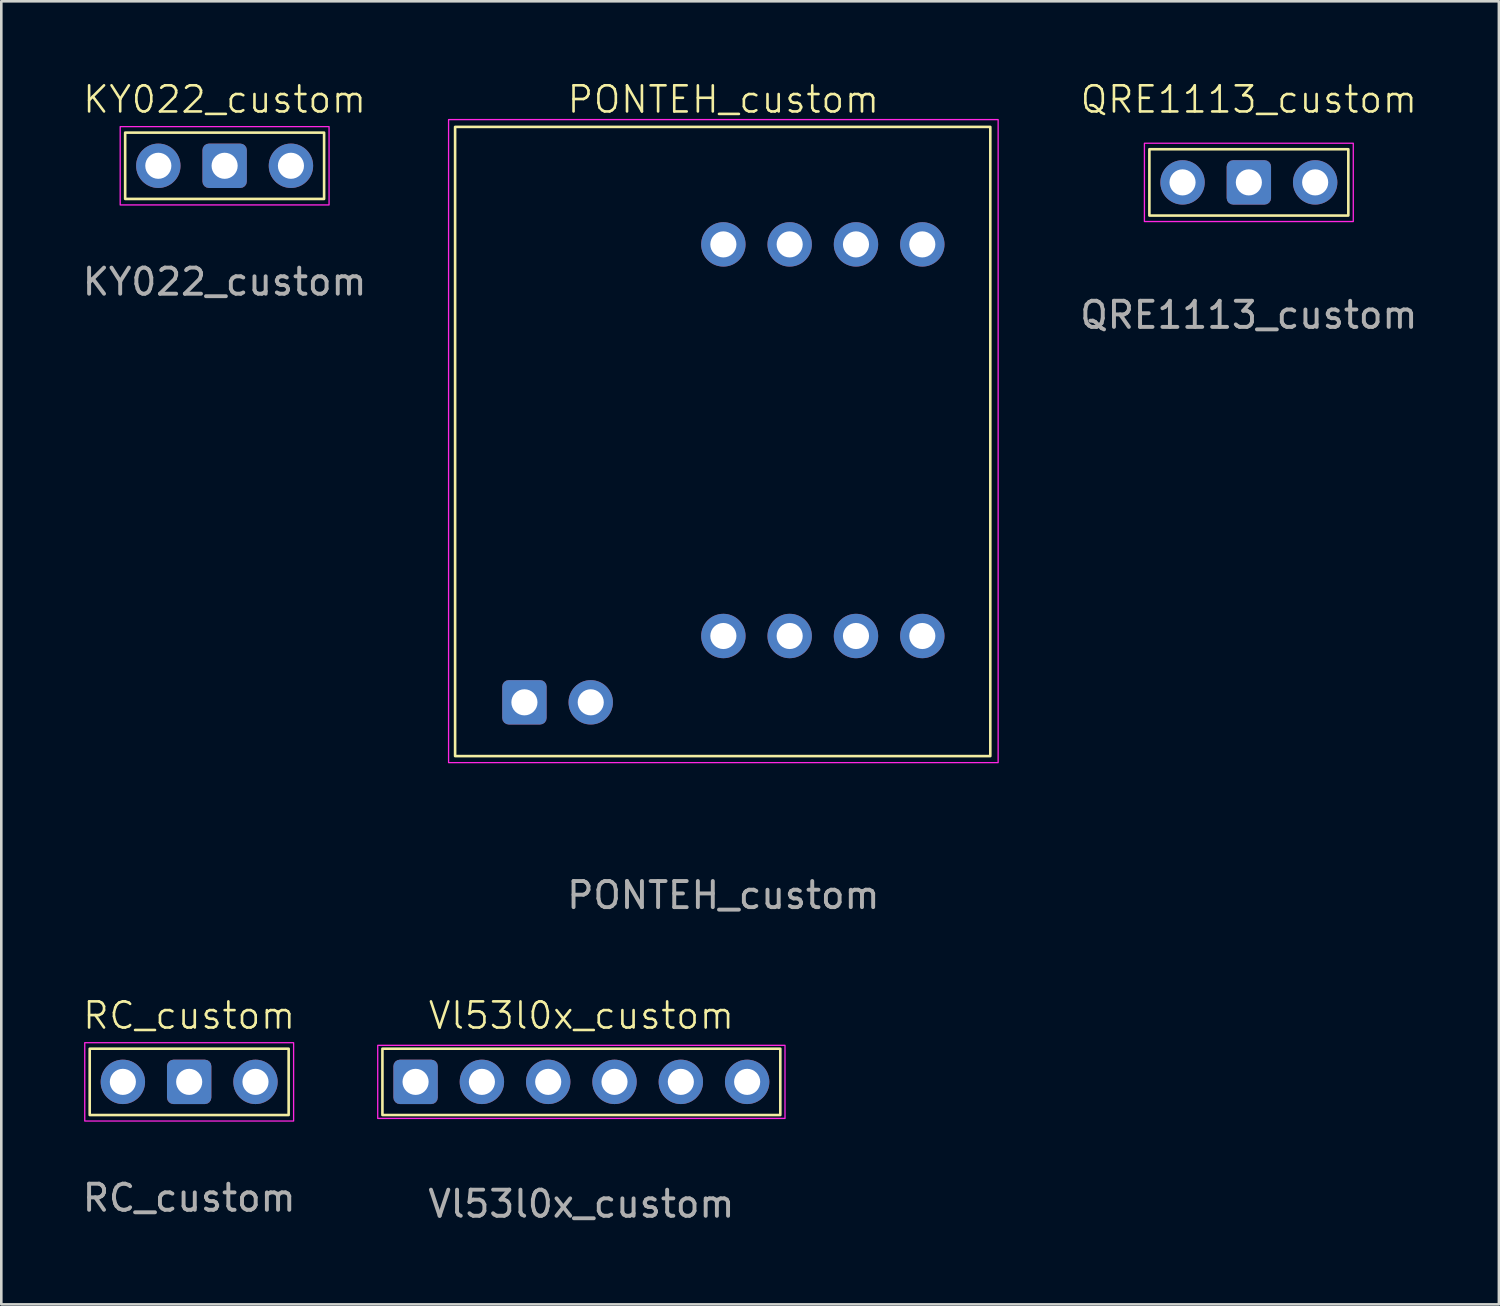
<source format=kicad_pcb>
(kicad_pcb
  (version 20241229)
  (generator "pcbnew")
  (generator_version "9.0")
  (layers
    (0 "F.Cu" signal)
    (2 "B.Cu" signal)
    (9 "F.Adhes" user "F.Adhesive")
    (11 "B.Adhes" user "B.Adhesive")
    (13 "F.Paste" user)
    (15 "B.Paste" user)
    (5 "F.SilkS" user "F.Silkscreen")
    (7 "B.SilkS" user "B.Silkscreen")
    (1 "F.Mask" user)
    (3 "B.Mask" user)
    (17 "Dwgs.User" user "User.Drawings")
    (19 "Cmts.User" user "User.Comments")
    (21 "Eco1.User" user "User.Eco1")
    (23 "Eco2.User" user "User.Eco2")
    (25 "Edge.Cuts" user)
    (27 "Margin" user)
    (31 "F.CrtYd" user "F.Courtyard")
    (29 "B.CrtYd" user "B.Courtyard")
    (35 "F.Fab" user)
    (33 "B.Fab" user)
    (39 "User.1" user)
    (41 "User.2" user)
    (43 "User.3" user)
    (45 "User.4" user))
  (footprint "KY022_custom"
    (layer "F.Cu")
    (at 5.554 3.3)
    (property "Reference" "KY022_custom" (at 0 -2.54 0) (unlocked yes) (layer "F.SilkS") (effects (font (size 1 1) (thickness 0.1))))
    (attr through_hole)
    (fp_rect (start -3.81 -1.27) (end 3.81 1.27) (stroke (width 0.1) (type default)) (fill no) (layer "F.SilkS"))
    (fp_rect (start -4 -1.5) (end 4 1.5) (stroke (width 0.05) (type default)) (fill no) (layer "F.CrtYd"))
    (fp_text user "${REFERENCE}" (at 0 4.445 0) (unlocked yes) (layer "F.Fab") (effects (font (size 1 1) (thickness 0.15))))
    (pad "1" thru_hole roundrect (at 0 0 90) (size 1.7 1.7) (drill 1) (layers "*.Cu" "*.Mask") (roundrect_rratio 0.147))
    (pad "2" thru_hole oval (at -2.54 0 90) (size 1.7 1.7) (drill 1) (layers "*.Cu" "*.Mask"))
    (pad "3" thru_hole oval (at 2.54 0 90) (size 1.7 1.7) (drill 1) (layers "*.Cu" "*.Mask")))
  (footprint "RC_custom"
    (layer "F.Cu")
    (at 4.196 38.389)
    (property "Reference" "RC_custom" (at 0 -2.54 0) (unlocked yes) (layer "F.SilkS") (effects (font (size 1 1) (thickness 0.1))))
    (attr through_hole)
    (fp_rect (start -3.81 -1.27) (end 3.81 1.27) (stroke (width 0.1) (type default)) (fill no) (layer "F.SilkS"))
    (fp_rect (start -4 -1.5) (end 4 1.5) (stroke (width 0.05) (type default)) (fill no) (layer "F.CrtYd"))
    (fp_text user "${REFERENCE}" (at 0 4.445 0) (unlocked yes) (layer "F.Fab") (effects (font (size 1 1) (thickness 0.15))))
    (pad "1" thru_hole roundrect (at 0 0 90) (size 1.7 1.7) (drill 1) (layers "*.Cu" "*.Mask") (roundrect_rratio 0.147))
    (pad "2" thru_hole oval (at -2.54 0 90) (size 1.7 1.7) (drill 1) (layers "*.Cu" "*.Mask"))
    (pad "3" thru_hole oval (at 2.54 0 90) (size 1.7 1.7) (drill 1) (layers "*.Cu" "*.Mask")))
  (footprint "QRE1113_custom"
    (layer "F.Cu")
    (at 44.785 3.936)
    (property "Reference" "QRE1113_custom" (at 0 -3.175 0) (unlocked yes) (layer "F.SilkS") (effects (font (size 1 1) (thickness 0.1))))
    (attr through_hole)
    (fp_rect (start -3.81 -1.27) (end 3.81 1.27) (stroke (width 0.1) (type default)) (fill no) (layer "F.SilkS"))
    (fp_rect (start -4 -1.5) (end 4 1.5) (stroke (width 0.05) (type default)) (fill no) (layer "F.CrtYd"))
    (fp_text user "${REFERENCE}" (at 0 5.08 0) (unlocked yes) (layer "F.Fab") (effects (font (size 1 1) (thickness 0.15))))
    (pad "1" thru_hole roundrect (at 0 0 90) (size 1.7 1.7) (drill 1) (layers "*.Cu" "*.Mask") (roundrect_rratio 0.147))
    (pad "2" thru_hole oval (at -2.54 0 90) (size 1.7 1.7) (drill 1) (layers "*.Cu" "*.Mask"))
    (pad "3" thru_hole oval (at 2.54 0 90) (size 1.7 1.7) (drill 1) (layers "*.Cu" "*.Mask")))
  (footprint "Vl53l0x_custom"
    (layer "F.Cu")
    (at 19.218 38.389)
    (property "Reference" "Vl53l0x_custom" (at 0 -2.54 0) (unlocked yes) (layer "F.SilkS") (effects (font (size 1 1) (thickness 0.1))))
    (attr through_hole)
    (fp_rect (start -7.62 -1.27) (end 7.62 1.27) (stroke (width 0.1) (type default)) (fill no) (layer "F.SilkS"))
    (fp_rect (start -7.8 -1.4) (end 7.8 1.4) (stroke (width 0.05) (type default)) (fill no) (layer "F.CrtYd"))
    (fp_text user "${REFERENCE}" (at 0 4.674 0) (unlocked yes) (layer "F.Fab") (effects (font (size 1 1) (thickness 0.15))))
    (pad "1" thru_hole roundrect (at -6.35 0 90) (size 1.7 1.7) (drill 1) (layers "*.Cu" "*.Mask") (roundrect_rratio 0.147))
    (pad "2" thru_hole oval (at -3.81 0 90) (size 1.7 1.7) (drill 1) (layers "*.Cu" "*.Mask"))
    (pad "3" thru_hole oval (at -1.27 0 90) (size 1.7 1.7) (drill 1) (layers "*.Cu" "*.Mask"))
    (pad "4" thru_hole oval (at 1.27 0 90) (size 1.7 1.7) (drill 1) (layers "*.Cu" "*.Mask"))
    (pad "5" thru_hole oval (at 3.81 0 90) (size 1.7 1.7) (drill 1) (layers "*.Cu" "*.Mask"))
    (pad "6" thru_hole oval (at 6.35 0 90) (size 1.7 1.7) (drill 1) (layers "*.Cu" "*.Mask")))
  (footprint "PONTEH_custom"
    (layer "F.Cu")
    (at 14.497 6.311)
    (property "Reference" "PONTEH_custom" (at 10.16 -5.55 0) (unlocked yes) (layer "F.SilkS") (effects (font (size 1 1) (thickness 0.1))))
    (attr through_hole)
    (fp_rect (start -0.115 -4.5) (end 20.385 19.6) (stroke (width 0.1) (type solid)) (fill no) (layer "F.SilkS"))
    (fp_rect (start -0.365 -4.78) (end 20.685 19.85) (stroke (width 0.05) (type default)) (fill no) (layer "F.CrtYd"))
    (fp_text user "${REFERENCE}" (at 10.16 24.93 0) (unlocked yes) (layer "F.Fab") (effects (font (size 1 1) (thickness 0.15))))
    (pad "1" thru_hole roundrect (at 2.54 17.54 90) (size 1.7 1.7) (drill 1) (layers "*.Cu" "*.Mask") (roundrect_rratio 0.147))
    (pad "2" thru_hole oval (at 5.08 17.54 90) (size 1.7 1.7) (drill 1) (layers "*.Cu" "*.Mask"))
    (pad "3" thru_hole oval (at 10.16 15 90) (size 1.7 1.7) (drill 1) (layers "*.Cu" "*.Mask"))
    (pad "4" thru_hole oval (at 12.7 15 90) (size 1.7 1.7) (drill 1) (layers "*.Cu" "*.Mask"))
    (pad "5" thru_hole oval (at 15.24 15 90) (size 1.7 1.7) (drill 1) (layers "*.Cu" "*.Mask"))
    (pad "6" thru_hole oval (at 17.78 15 90) (size 1.7 1.7) (drill 1) (layers "*.Cu" "*.Mask"))
    (pad "7" thru_hole oval (at 10.16 0 90) (size 1.7 1.7) (drill 1) (layers "*.Cu" "*.Mask"))
    (pad "8" thru_hole oval (at 12.7 0 90) (size 1.7 1.7) (drill 1) (layers "*.Cu" "*.Mask"))
    (pad "9" thru_hole oval (at 15.24 0 90) (size 1.7 1.7) (drill 1) (layers "*.Cu" "*.Mask"))
    (pad "A" thru_hole oval (at 17.78 0 90) (size 1.7 1.7) (drill 1) (layers "*.Cu" "*.Mask")))
  (gr_rect
    (start -3 -3)
    (end 54.362 46.911)
    (stroke (width 0.1) (type default))
    (fill no)
    (layer "Edge.Cuts")))
</source>
